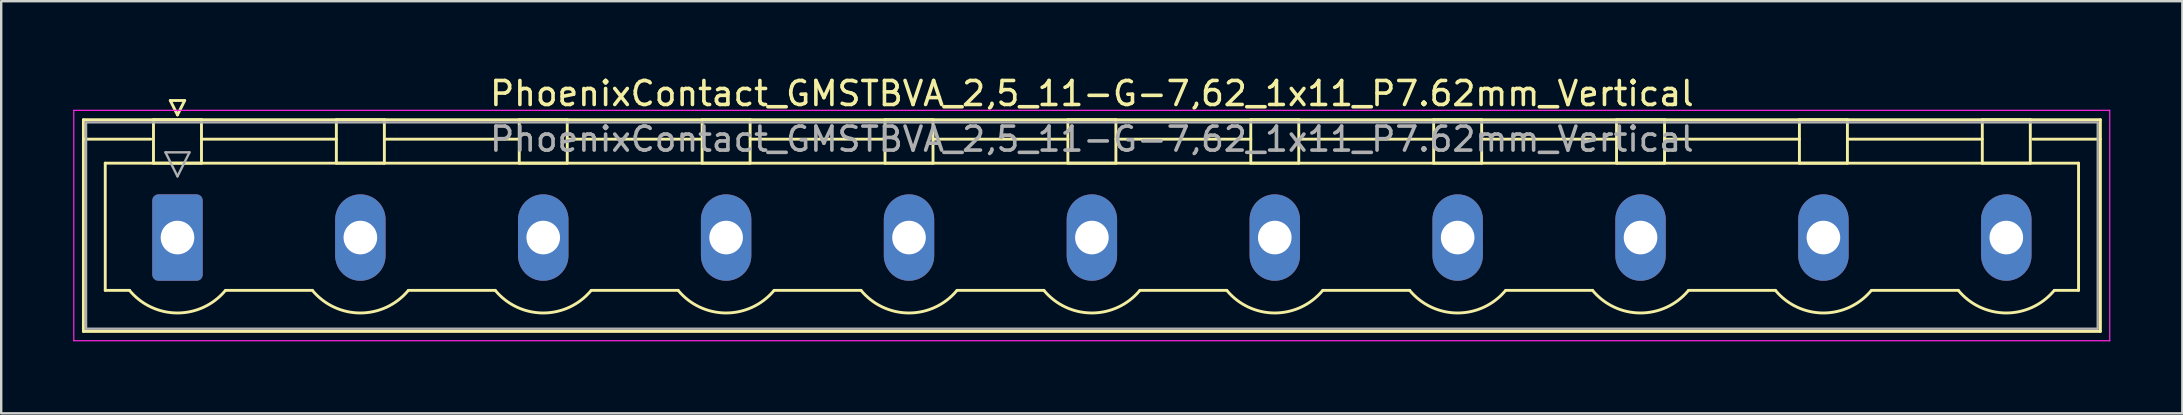
<source format=kicad_pcb>
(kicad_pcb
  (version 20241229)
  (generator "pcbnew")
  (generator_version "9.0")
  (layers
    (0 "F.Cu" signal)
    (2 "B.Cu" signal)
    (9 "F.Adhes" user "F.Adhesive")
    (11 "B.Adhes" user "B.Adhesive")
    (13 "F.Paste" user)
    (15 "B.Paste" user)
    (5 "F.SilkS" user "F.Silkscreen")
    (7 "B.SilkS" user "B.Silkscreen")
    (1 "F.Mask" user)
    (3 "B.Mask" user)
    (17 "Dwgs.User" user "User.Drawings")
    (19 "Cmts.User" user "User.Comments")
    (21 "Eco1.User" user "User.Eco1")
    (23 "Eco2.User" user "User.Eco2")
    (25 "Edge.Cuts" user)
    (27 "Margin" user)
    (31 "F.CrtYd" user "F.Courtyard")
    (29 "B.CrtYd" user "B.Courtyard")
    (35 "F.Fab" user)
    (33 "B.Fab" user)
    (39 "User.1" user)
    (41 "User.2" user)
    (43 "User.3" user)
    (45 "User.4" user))
  (footprint "PhoenixContact_GMSTBVA_2,5_11-G-7,62_1x11_P7.62mm_Vertical"
    (layer "F.Cu")
    (at 4.345 6.848)
    (property "Reference" "PhoenixContact_GMSTBVA_2,5_11-G-7,62_1x11_P7.62mm_Vertical" (at 38.1 -6 0) (layer "F.SilkS") (effects (font (size 1 1) (thickness 0.15))))
    (attr through_hole)
    (fp_line (start -3.92 -4.91) (end -3.92 3.91) (stroke (width 0.12) (type solid)) (layer "F.SilkS"))
    (fp_line (start -3.92 -4.1) (end -1.11 -4.1) (stroke (width 0.12) (type solid)) (layer "F.SilkS"))
    (fp_line (start -3.92 3.91) (end 80.12 3.91) (stroke (width 0.12) (type solid)) (layer "F.SilkS"))
    (fp_line (start -3.01 -3.1) (end 79.21 -3.1) (stroke (width 0.12) (type solid)) (layer "F.SilkS"))
    (fp_line (start -3.01 2.2) (end -3.01 -3.1) (stroke (width 0.12) (type solid)) (layer "F.SilkS"))
    (fp_line (start -2 2.2) (end -3.01 2.2) (stroke (width 0.12) (type solid)) (layer "F.SilkS"))
    (fp_line (start -1 -4.91) (end 1 -4.91) (stroke (width 0.12) (type solid)) (layer "F.SilkS"))
    (fp_line (start -1 -3.1) (end -1 -4.91) (stroke (width 0.12) (type solid)) (layer "F.SilkS"))
    (fp_line (start -0.3 -5.71) (end 0.3 -5.71) (stroke (width 0.12) (type solid)) (layer "F.SilkS"))
    (fp_line (start 0 -5.11) (end -0.3 -5.71) (stroke (width 0.12) (type solid)) (layer "F.SilkS"))
    (fp_line (start 0.3 -5.71) (end 0 -5.11) (stroke (width 0.12) (type solid)) (layer "F.SilkS"))
    (fp_line (start 1 -4.91) (end 1 -3.1) (stroke (width 0.12) (type solid)) (layer "F.SilkS"))
    (fp_line (start 1 -4.1) (end 6.62 -4.1) (stroke (width 0.12) (type solid)) (layer "F.SilkS"))
    (fp_line (start 1 -3.1) (end -1 -3.1) (stroke (width 0.12) (type solid)) (layer "F.SilkS"))
    (fp_line (start 2 2.2) (end 5.62 2.2) (stroke (width 0.12) (type solid)) (layer "F.SilkS"))
    (fp_line (start 6.62 -4.91) (end 8.62 -4.91) (stroke (width 0.12) (type solid)) (layer "F.SilkS"))
    (fp_line (start 6.62 -3.1) (end 6.62 -4.91) (stroke (width 0.12) (type solid)) (layer "F.SilkS"))
    (fp_line (start 8.62 -4.91) (end 8.62 -3.1) (stroke (width 0.12) (type solid)) (layer "F.SilkS"))
    (fp_line (start 8.62 -4.1) (end 14.24 -4.1) (stroke (width 0.12) (type solid)) (layer "F.SilkS"))
    (fp_line (start 8.62 -3.1) (end 6.62 -3.1) (stroke (width 0.12) (type solid)) (layer "F.SilkS"))
    (fp_line (start 9.62 2.2) (end 13.24 2.2) (stroke (width 0.12) (type solid)) (layer "F.SilkS"))
    (fp_line (start 14.24 -4.91) (end 16.24 -4.91) (stroke (width 0.12) (type solid)) (layer "F.SilkS"))
    (fp_line (start 14.24 -3.1) (end 14.24 -4.91) (stroke (width 0.12) (type solid)) (layer "F.SilkS"))
    (fp_line (start 16.24 -4.91) (end 16.24 -3.1) (stroke (width 0.12) (type solid)) (layer "F.SilkS"))
    (fp_line (start 16.24 -4.1) (end 21.86 -4.1) (stroke (width 0.12) (type solid)) (layer "F.SilkS"))
    (fp_line (start 16.24 -3.1) (end 14.24 -3.1) (stroke (width 0.12) (type solid)) (layer "F.SilkS"))
    (fp_line (start 17.24 2.2) (end 20.86 2.2) (stroke (width 0.12) (type solid)) (layer "F.SilkS"))
    (fp_line (start 21.86 -4.91) (end 23.86 -4.91) (stroke (width 0.12) (type solid)) (layer "F.SilkS"))
    (fp_line (start 21.86 -3.1) (end 21.86 -4.91) (stroke (width 0.12) (type solid)) (layer "F.SilkS"))
    (fp_line (start 23.86 -4.91) (end 23.86 -3.1) (stroke (width 0.12) (type solid)) (layer "F.SilkS"))
    (fp_line (start 23.86 -4.1) (end 29.48 -4.1) (stroke (width 0.12) (type solid)) (layer "F.SilkS"))
    (fp_line (start 23.86 -3.1) (end 21.86 -3.1) (stroke (width 0.12) (type solid)) (layer "F.SilkS"))
    (fp_line (start 24.86 2.2) (end 28.48 2.2) (stroke (width 0.12) (type solid)) (layer "F.SilkS"))
    (fp_line (start 29.48 -4.91) (end 31.48 -4.91) (stroke (width 0.12) (type solid)) (layer "F.SilkS"))
    (fp_line (start 29.48 -3.1) (end 29.48 -4.91) (stroke (width 0.12) (type solid)) (layer "F.SilkS"))
    (fp_line (start 31.48 -4.91) (end 31.48 -3.1) (stroke (width 0.12) (type solid)) (layer "F.SilkS"))
    (fp_line (start 31.48 -4.1) (end 37.1 -4.1) (stroke (width 0.12) (type solid)) (layer "F.SilkS"))
    (fp_line (start 31.48 -3.1) (end 29.48 -3.1) (stroke (width 0.12) (type solid)) (layer "F.SilkS"))
    (fp_line (start 32.48 2.2) (end 36.1 2.2) (stroke (width 0.12) (type solid)) (layer "F.SilkS"))
    (fp_line (start 37.1 -4.91) (end 39.1 -4.91) (stroke (width 0.12) (type solid)) (layer "F.SilkS"))
    (fp_line (start 37.1 -3.1) (end 37.1 -4.91) (stroke (width 0.12) (type solid)) (layer "F.SilkS"))
    (fp_line (start 39.1 -4.91) (end 39.1 -3.1) (stroke (width 0.12) (type solid)) (layer "F.SilkS"))
    (fp_line (start 39.1 -4.1) (end 44.72 -4.1) (stroke (width 0.12) (type solid)) (layer "F.SilkS"))
    (fp_line (start 39.1 -3.1) (end 37.1 -3.1) (stroke (width 0.12) (type solid)) (layer "F.SilkS"))
    (fp_line (start 40.1 2.2) (end 43.72 2.2) (stroke (width 0.12) (type solid)) (layer "F.SilkS"))
    (fp_line (start 44.72 -4.91) (end 46.72 -4.91) (stroke (width 0.12) (type solid)) (layer "F.SilkS"))
    (fp_line (start 44.72 -3.1) (end 44.72 -4.91) (stroke (width 0.12) (type solid)) (layer "F.SilkS"))
    (fp_line (start 46.72 -4.91) (end 46.72 -3.1) (stroke (width 0.12) (type solid)) (layer "F.SilkS"))
    (fp_line (start 46.72 -4.1) (end 52.34 -4.1) (stroke (width 0.12) (type solid)) (layer "F.SilkS"))
    (fp_line (start 46.72 -3.1) (end 44.72 -3.1) (stroke (width 0.12) (type solid)) (layer "F.SilkS"))
    (fp_line (start 47.72 2.2) (end 51.34 2.2) (stroke (width 0.12) (type solid)) (layer "F.SilkS"))
    (fp_line (start 52.34 -4.91) (end 54.34 -4.91) (stroke (width 0.12) (type solid)) (layer "F.SilkS"))
    (fp_line (start 52.34 -3.1) (end 52.34 -4.91) (stroke (width 0.12) (type solid)) (layer "F.SilkS"))
    (fp_line (start 54.34 -4.91) (end 54.34 -3.1) (stroke (width 0.12) (type solid)) (layer "F.SilkS"))
    (fp_line (start 54.34 -4.1) (end 59.96 -4.1) (stroke (width 0.12) (type solid)) (layer "F.SilkS"))
    (fp_line (start 54.34 -3.1) (end 52.34 -3.1) (stroke (width 0.12) (type solid)) (layer "F.SilkS"))
    (fp_line (start 55.34 2.2) (end 58.96 2.2) (stroke (width 0.12) (type solid)) (layer "F.SilkS"))
    (fp_line (start 59.96 -4.91) (end 61.96 -4.91) (stroke (width 0.12) (type solid)) (layer "F.SilkS"))
    (fp_line (start 59.96 -3.1) (end 59.96 -4.91) (stroke (width 0.12) (type solid)) (layer "F.SilkS"))
    (fp_line (start 61.96 -4.91) (end 61.96 -3.1) (stroke (width 0.12) (type solid)) (layer "F.SilkS"))
    (fp_line (start 61.96 -4.1) (end 67.58 -4.1) (stroke (width 0.12) (type solid)) (layer "F.SilkS"))
    (fp_line (start 61.96 -3.1) (end 59.96 -3.1) (stroke (width 0.12) (type solid)) (layer "F.SilkS"))
    (fp_line (start 62.96 2.2) (end 66.58 2.2) (stroke (width 0.12) (type solid)) (layer "F.SilkS"))
    (fp_line (start 67.58 -4.91) (end 69.58 -4.91) (stroke (width 0.12) (type solid)) (layer "F.SilkS"))
    (fp_line (start 67.58 -3.1) (end 67.58 -4.91) (stroke (width 0.12) (type solid)) (layer "F.SilkS"))
    (fp_line (start 69.58 -4.91) (end 69.58 -3.1) (stroke (width 0.12) (type solid)) (layer "F.SilkS"))
    (fp_line (start 69.58 -4.1) (end 75.2 -4.1) (stroke (width 0.12) (type solid)) (layer "F.SilkS"))
    (fp_line (start 69.58 -3.1) (end 67.58 -3.1) (stroke (width 0.12) (type solid)) (layer "F.SilkS"))
    (fp_line (start 70.58 2.2) (end 74.2 2.2) (stroke (width 0.12) (type solid)) (layer "F.SilkS"))
    (fp_line (start 75.2 -4.91) (end 77.2 -4.91) (stroke (width 0.12) (type solid)) (layer "F.SilkS"))
    (fp_line (start 75.2 -3.1) (end 75.2 -4.91) (stroke (width 0.12) (type solid)) (layer "F.SilkS"))
    (fp_line (start 77.2 -4.91) (end 77.2 -3.1) (stroke (width 0.12) (type solid)) (layer "F.SilkS"))
    (fp_line (start 77.2 -3.1) (end 75.2 -3.1) (stroke (width 0.12) (type solid)) (layer "F.SilkS"))
    (fp_line (start 79.21 -3.1) (end 79.21 2.2) (stroke (width 0.12) (type solid)) (layer "F.SilkS"))
    (fp_line (start 79.21 2.2) (end 78.2 2.2) (stroke (width 0.12) (type solid)) (layer "F.SilkS"))
    (fp_line (start 80.12 -4.91) (end -3.92 -4.91) (stroke (width 0.12) (type solid)) (layer "F.SilkS"))
    (fp_line (start 80.12 -4.1) (end 77.31 -4.1) (stroke (width 0.12) (type solid)) (layer "F.SilkS"))
    (fp_line (start 80.12 3.91) (end 80.12 -4.91) (stroke (width 0.12) (type solid)) (layer "F.SilkS"))
    (fp_arc (start 1.986842 2.215821) (mid -0.010289 3.142758) (end -2 2.2) (stroke (width 0.12) (type solid)) (layer "F.SilkS"))
    (fp_arc (start 9.606842 2.215821) (mid 7.609711 3.142758) (end 5.62 2.2) (stroke (width 0.12) (type solid)) (layer "F.SilkS"))
    (fp_arc (start 17.226842 2.215821) (mid 15.229711 3.142758) (end 13.24 2.2) (stroke (width 0.12) (type solid)) (layer "F.SilkS"))
    (fp_arc (start 24.846842 2.215821) (mid 22.849711 3.142758) (end 20.86 2.2) (stroke (width 0.12) (type solid)) (layer "F.SilkS"))
    (fp_arc (start 32.466842 2.215821) (mid 30.469711 3.142758) (end 28.48 2.2) (stroke (width 0.12) (type solid)) (layer "F.SilkS"))
    (fp_arc (start 40.086842 2.215821) (mid 38.089711 3.142758) (end 36.1 2.2) (stroke (width 0.12) (type solid)) (layer "F.SilkS"))
    (fp_arc (start 47.706842 2.215821) (mid 45.709711 3.142758) (end 43.72 2.2) (stroke (width 0.12) (type solid)) (layer "F.SilkS"))
    (fp_arc (start 55.326842 2.215821) (mid 53.329711 3.142758) (end 51.34 2.2) (stroke (width 0.12) (type solid)) (layer "F.SilkS"))
    (fp_arc (start 62.946842 2.215821) (mid 60.949711 3.142758) (end 58.96 2.2) (stroke (width 0.12) (type solid)) (layer "F.SilkS"))
    (fp_arc (start 70.566842 2.215821) (mid 68.569711 3.142758) (end 66.58 2.2) (stroke (width 0.12) (type solid)) (layer "F.SilkS"))
    (fp_arc (start 78.186842 2.215821) (mid 76.189711 3.142758) (end 74.2 2.2) (stroke (width 0.12) (type solid)) (layer "F.SilkS"))
    (fp_line (start -4.32 -5.3) (end -4.32 4.3) (stroke (width 0.05) (type solid)) (layer "F.CrtYd"))
    (fp_line (start -4.32 4.3) (end 80.51 4.3) (stroke (width 0.05) (type solid)) (layer "F.CrtYd"))
    (fp_line (start 80.51 -5.3) (end -4.32 -5.3) (stroke (width 0.05) (type solid)) (layer "F.CrtYd"))
    (fp_line (start 80.51 4.3) (end 80.51 -5.3) (stroke (width 0.05) (type solid)) (layer "F.CrtYd"))
    (fp_line (start -3.81 -4.8) (end -3.81 3.8) (stroke (width 0.1) (type solid)) (layer "F.Fab"))
    (fp_line (start -3.81 3.8) (end 80.01 3.8) (stroke (width 0.1) (type solid)) (layer "F.Fab"))
    (fp_line (start -0.5 -3.55) (end 0.5 -3.55) (stroke (width 0.1) (type solid)) (layer "F.Fab"))
    (fp_line (start 0 -2.55) (end -0.5 -3.55) (stroke (width 0.1) (type solid)) (layer "F.Fab"))
    (fp_line (start 0.5 -3.55) (end 0 -2.55) (stroke (width 0.1) (type solid)) (layer "F.Fab"))
    (fp_line (start 80.01 -4.8) (end -3.81 -4.8) (stroke (width 0.1) (type solid)) (layer "F.Fab"))
    (fp_line (start 80.01 3.8) (end 80.01 -4.8) (stroke (width 0.1) (type solid)) (layer "F.Fab"))
    (fp_text user "${REFERENCE}" (at 38.1 -4.1 0) (layer "F.Fab") (effects (font (size 1 1) (thickness 0.15))))
    (pad "1" thru_hole roundrect (at 0 0) (size 2.1 3.6) (drill 1.4) (layers "*.Cu" "*.Mask") (roundrect_rratio 0.119))
    (pad "2" thru_hole oval (at 7.62 0) (size 2.1 3.6) (drill 1.4) (layers "*.Cu" "*.Mask"))
    (pad "3" thru_hole oval (at 15.24 0) (size 2.1 3.6) (drill 1.4) (layers "*.Cu" "*.Mask"))
    (pad "4" thru_hole oval (at 22.86 0) (size 2.1 3.6) (drill 1.4) (layers "*.Cu" "*.Mask"))
    (pad "5" thru_hole oval (at 30.48 0) (size 2.1 3.6) (drill 1.4) (layers "*.Cu" "*.Mask"))
    (pad "6" thru_hole oval (at 38.1 0) (size 2.1 3.6) (drill 1.4) (layers "*.Cu" "*.Mask"))
    (pad "7" thru_hole oval (at 45.72 0) (size 2.1 3.6) (drill 1.4) (layers "*.Cu" "*.Mask"))
    (pad "8" thru_hole oval (at 53.34 0) (size 2.1 3.6) (drill 1.4) (layers "*.Cu" "*.Mask"))
    (pad "9" thru_hole oval (at 60.96 0) (size 2.1 3.6) (drill 1.4) (layers "*.Cu" "*.Mask"))
    (pad "10" thru_hole oval (at 68.58 0) (size 2.1 3.6) (drill 1.4) (layers "*.Cu" "*.Mask"))
    (pad "11" thru_hole oval (at 76.2 0) (size 2.1 3.6) (drill 1.4) (layers "*.Cu" "*.Mask")))
  (gr_rect
    (start -3 -3)
    (end 87.88 14.173)
    (stroke (width 0.1) (type default))
    (fill no)
    (layer "Edge.Cuts")))
</source>
